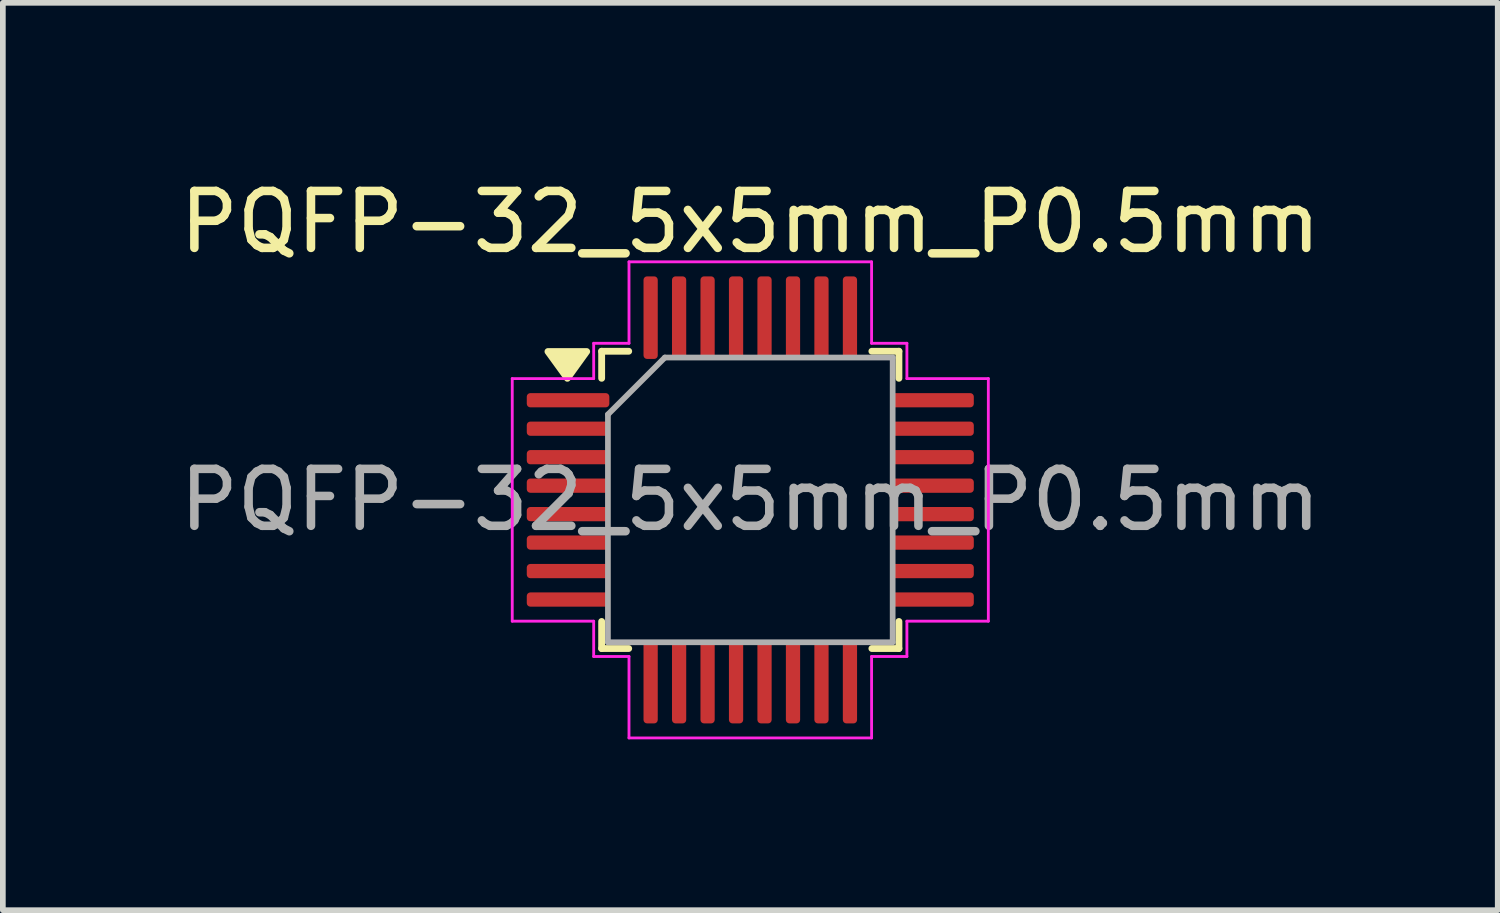
<source format=kicad_pcb>
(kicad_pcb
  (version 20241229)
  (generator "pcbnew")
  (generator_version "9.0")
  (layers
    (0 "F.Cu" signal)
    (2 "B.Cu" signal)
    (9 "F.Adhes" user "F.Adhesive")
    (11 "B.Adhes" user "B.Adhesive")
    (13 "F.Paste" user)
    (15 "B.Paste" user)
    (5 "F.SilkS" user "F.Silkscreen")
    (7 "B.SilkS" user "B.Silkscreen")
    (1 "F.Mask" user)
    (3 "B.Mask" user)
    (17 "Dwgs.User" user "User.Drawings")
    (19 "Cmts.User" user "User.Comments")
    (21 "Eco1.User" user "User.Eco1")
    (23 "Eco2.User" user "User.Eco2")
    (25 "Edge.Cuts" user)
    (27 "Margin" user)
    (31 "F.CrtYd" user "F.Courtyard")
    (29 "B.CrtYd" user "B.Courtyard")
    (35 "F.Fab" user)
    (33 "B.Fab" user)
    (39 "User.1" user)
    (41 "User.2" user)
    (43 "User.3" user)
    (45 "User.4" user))
  (footprint "PQFP-32_5x5mm_P0.5mm"
    (layer "F.Cu")
    (at 10.125 5.728)
    (property "Reference" "PQFP-32_5x5mm_P0.5mm" (at 0 -4.88 0) (layer "F.SilkS") (effects (font (size 1 1) (thickness 0.15))))
    (attr smd)
    (fp_line (start -2.61 -2.61) (end -2.61 -2.135) (stroke (width 0.12) (type solid)) (layer "F.SilkS"))
    (fp_line (start -2.61 2.61) (end -2.61 2.135) (stroke (width 0.12) (type solid)) (layer "F.SilkS"))
    (fp_line (start -2.135 -2.61) (end -2.61 -2.61) (stroke (width 0.12) (type solid)) (layer "F.SilkS"))
    (fp_line (start -2.135 2.61) (end -2.61 2.61) (stroke (width 0.12) (type solid)) (layer "F.SilkS"))
    (fp_line (start 2.135 -2.61) (end 2.61 -2.61) (stroke (width 0.12) (type solid)) (layer "F.SilkS"))
    (fp_line (start 2.135 2.61) (end 2.61 2.61) (stroke (width 0.12) (type solid)) (layer "F.SilkS"))
    (fp_line (start 2.61 -2.61) (end 2.61 -2.135) (stroke (width 0.12) (type solid)) (layer "F.SilkS"))
    (fp_line (start 2.61 2.61) (end 2.61 2.135) (stroke (width 0.12) (type solid)) (layer "F.SilkS"))
    (fp_poly (pts (xy -3.212 -2.135) (xy -3.553 -2.605) (xy -2.873 -2.605)) (stroke (width 0.12) (type solid)) (fill yes) (layer "F.SilkS"))
    (fp_line (start -4.18 -2.13) (end -2.75 -2.13) (stroke (width 0.05) (type solid)) (layer "F.CrtYd"))
    (fp_line (start -4.18 2.13) (end -4.18 -2.13) (stroke (width 0.05) (type solid)) (layer "F.CrtYd"))
    (fp_line (start -2.75 -2.75) (end -2.13 -2.75) (stroke (width 0.05) (type solid)) (layer "F.CrtYd"))
    (fp_line (start -2.75 -2.13) (end -2.75 -2.75) (stroke (width 0.05) (type solid)) (layer "F.CrtYd"))
    (fp_line (start -2.75 2.13) (end -4.18 2.13) (stroke (width 0.05) (type solid)) (layer "F.CrtYd"))
    (fp_line (start -2.75 2.75) (end -2.75 2.13) (stroke (width 0.05) (type solid)) (layer "F.CrtYd"))
    (fp_line (start -2.13 -4.18) (end 2.13 -4.18) (stroke (width 0.05) (type solid)) (layer "F.CrtYd"))
    (fp_line (start -2.13 -2.75) (end -2.13 -4.18) (stroke (width 0.05) (type solid)) (layer "F.CrtYd"))
    (fp_line (start -2.13 2.75) (end -2.75 2.75) (stroke (width 0.05) (type solid)) (layer "F.CrtYd"))
    (fp_line (start -2.13 4.18) (end -2.13 2.75) (stroke (width 0.05) (type solid)) (layer "F.CrtYd"))
    (fp_line (start 2.13 -4.18) (end 2.13 -2.75) (stroke (width 0.05) (type solid)) (layer "F.CrtYd"))
    (fp_line (start 2.13 -2.75) (end 2.75 -2.75) (stroke (width 0.05) (type solid)) (layer "F.CrtYd"))
    (fp_line (start 2.13 2.75) (end 2.13 4.18) (stroke (width 0.05) (type solid)) (layer "F.CrtYd"))
    (fp_line (start 2.13 4.18) (end -2.13 4.18) (stroke (width 0.05) (type solid)) (layer "F.CrtYd"))
    (fp_line (start 2.75 -2.75) (end 2.75 -2.13) (stroke (width 0.05) (type solid)) (layer "F.CrtYd"))
    (fp_line (start 2.75 -2.13) (end 4.18 -2.13) (stroke (width 0.05) (type solid)) (layer "F.CrtYd"))
    (fp_line (start 2.75 2.13) (end 2.75 2.75) (stroke (width 0.05) (type solid)) (layer "F.CrtYd"))
    (fp_line (start 2.75 2.75) (end 2.13 2.75) (stroke (width 0.05) (type solid)) (layer "F.CrtYd"))
    (fp_line (start 4.18 -2.13) (end 4.18 2.13) (stroke (width 0.05) (type solid)) (layer "F.CrtYd"))
    (fp_line (start 4.18 2.13) (end 2.75 2.13) (stroke (width 0.05) (type solid)) (layer "F.CrtYd"))
    (fp_line (start -2.5 -1.5) (end -1.5 -2.5) (stroke (width 0.1) (type solid)) (layer "F.Fab"))
    (fp_line (start -2.5 2.5) (end -2.5 -1.5) (stroke (width 0.1) (type solid)) (layer "F.Fab"))
    (fp_line (start -1.5 -2.5) (end 2.5 -2.5) (stroke (width 0.1) (type solid)) (layer "F.Fab"))
    (fp_line (start 2.5 -2.5) (end 2.5 2.5) (stroke (width 0.1) (type solid)) (layer "F.Fab"))
    (fp_line (start 2.5 2.5) (end -2.5 2.5) (stroke (width 0.1) (type solid)) (layer "F.Fab"))
    (fp_text user "${REFERENCE}" (at 0 0 0) (layer "F.Fab") (effects (font (size 1 1) (thickness 0.15))))
    (pad "1" smd roundrect (at -3.2 -1.75) (size 1.45 0.25) (layers "F.Cu" "F.Mask" "F.Paste") (roundrect_rratio 0.25))
    (pad "2" smd roundrect (at -3.2 -1.25) (size 1.45 0.25) (layers "F.Cu" "F.Mask" "F.Paste") (roundrect_rratio 0.25))
    (pad "3" smd roundrect (at -3.2 -0.75) (size 1.45 0.25) (layers "F.Cu" "F.Mask" "F.Paste") (roundrect_rratio 0.25))
    (pad "4" smd roundrect (at -3.2 -0.25) (size 1.45 0.25) (layers "F.Cu" "F.Mask" "F.Paste") (roundrect_rratio 0.25))
    (pad "5" smd roundrect (at -3.2 0.25) (size 1.45 0.25) (layers "F.Cu" "F.Mask" "F.Paste") (roundrect_rratio 0.25))
    (pad "6" smd roundrect (at -3.2 0.75) (size 1.45 0.25) (layers "F.Cu" "F.Mask" "F.Paste") (roundrect_rratio 0.25))
    (pad "7" smd roundrect (at -3.2 1.25) (size 1.45 0.25) (layers "F.Cu" "F.Mask" "F.Paste") (roundrect_rratio 0.25))
    (pad "8" smd roundrect (at -3.2 1.75) (size 1.45 0.25) (layers "F.Cu" "F.Mask" "F.Paste") (roundrect_rratio 0.25))
    (pad "9" smd roundrect (at -1.75 3.2) (size 0.25 1.45) (layers "F.Cu" "F.Mask" "F.Paste") (roundrect_rratio 0.25))
    (pad "10" smd roundrect (at -1.25 3.2) (size 0.25 1.45) (layers "F.Cu" "F.Mask" "F.Paste") (roundrect_rratio 0.25))
    (pad "11" smd roundrect (at -0.75 3.2) (size 0.25 1.45) (layers "F.Cu" "F.Mask" "F.Paste") (roundrect_rratio 0.25))
    (pad "12" smd roundrect (at -0.25 3.2) (size 0.25 1.45) (layers "F.Cu" "F.Mask" "F.Paste") (roundrect_rratio 0.25))
    (pad "13" smd roundrect (at 0.25 3.2) (size 0.25 1.45) (layers "F.Cu" "F.Mask" "F.Paste") (roundrect_rratio 0.25))
    (pad "14" smd roundrect (at 0.75 3.2) (size 0.25 1.45) (layers "F.Cu" "F.Mask" "F.Paste") (roundrect_rratio 0.25))
    (pad "15" smd roundrect (at 1.25 3.2) (size 0.25 1.45) (layers "F.Cu" "F.Mask" "F.Paste") (roundrect_rratio 0.25))
    (pad "16" smd roundrect (at 1.75 3.2) (size 0.25 1.45) (layers "F.Cu" "F.Mask" "F.Paste") (roundrect_rratio 0.25))
    (pad "17" smd roundrect (at 3.2 1.75) (size 1.45 0.25) (layers "F.Cu" "F.Mask" "F.Paste") (roundrect_rratio 0.25))
    (pad "18" smd roundrect (at 3.2 1.25) (size 1.45 0.25) (layers "F.Cu" "F.Mask" "F.Paste") (roundrect_rratio 0.25))
    (pad "19" smd roundrect (at 3.2 0.75) (size 1.45 0.25) (layers "F.Cu" "F.Mask" "F.Paste") (roundrect_rratio 0.25))
    (pad "20" smd roundrect (at 3.2 0.25) (size 1.45 0.25) (layers "F.Cu" "F.Mask" "F.Paste") (roundrect_rratio 0.25))
    (pad "21" smd roundrect (at 3.2 -0.25) (size 1.45 0.25) (layers "F.Cu" "F.Mask" "F.Paste") (roundrect_rratio 0.25))
    (pad "22" smd roundrect (at 3.2 -0.75) (size 1.45 0.25) (layers "F.Cu" "F.Mask" "F.Paste") (roundrect_rratio 0.25))
    (pad "23" smd roundrect (at 3.2 -1.25) (size 1.45 0.25) (layers "F.Cu" "F.Mask" "F.Paste") (roundrect_rratio 0.25))
    (pad "24" smd roundrect (at 3.2 -1.75) (size 1.45 0.25) (layers "F.Cu" "F.Mask" "F.Paste") (roundrect_rratio 0.25))
    (pad "25" smd roundrect (at 1.75 -3.2) (size 0.25 1.45) (layers "F.Cu" "F.Mask" "F.Paste") (roundrect_rratio 0.25))
    (pad "26" smd roundrect (at 1.25 -3.2) (size 0.25 1.45) (layers "F.Cu" "F.Mask" "F.Paste") (roundrect_rratio 0.25))
    (pad "27" smd roundrect (at 0.75 -3.2) (size 0.25 1.45) (layers "F.Cu" "F.Mask" "F.Paste") (roundrect_rratio 0.25))
    (pad "28" smd roundrect (at 0.25 -3.2) (size 0.25 1.45) (layers "F.Cu" "F.Mask" "F.Paste") (roundrect_rratio 0.25))
    (pad "29" smd roundrect (at -0.25 -3.2) (size 0.25 1.45) (layers "F.Cu" "F.Mask" "F.Paste") (roundrect_rratio 0.25))
    (pad "30" smd roundrect (at -0.75 -3.2) (size 0.25 1.45) (layers "F.Cu" "F.Mask" "F.Paste") (roundrect_rratio 0.25))
    (pad "31" smd roundrect (at -1.25 -3.2) (size 0.25 1.45) (layers "F.Cu" "F.Mask" "F.Paste") (roundrect_rratio 0.25))
    (pad "32" smd roundrect (at -1.75 -3.2) (size 0.25 1.45) (layers "F.Cu" "F.Mask" "F.Paste") (roundrect_rratio 0.25)))
  (gr_rect
    (start -3 -3)
    (end 23.25 12.933)
    (stroke (width 0.1) (type default))
    (fill no)
    (layer "Edge.Cuts")))
</source>
